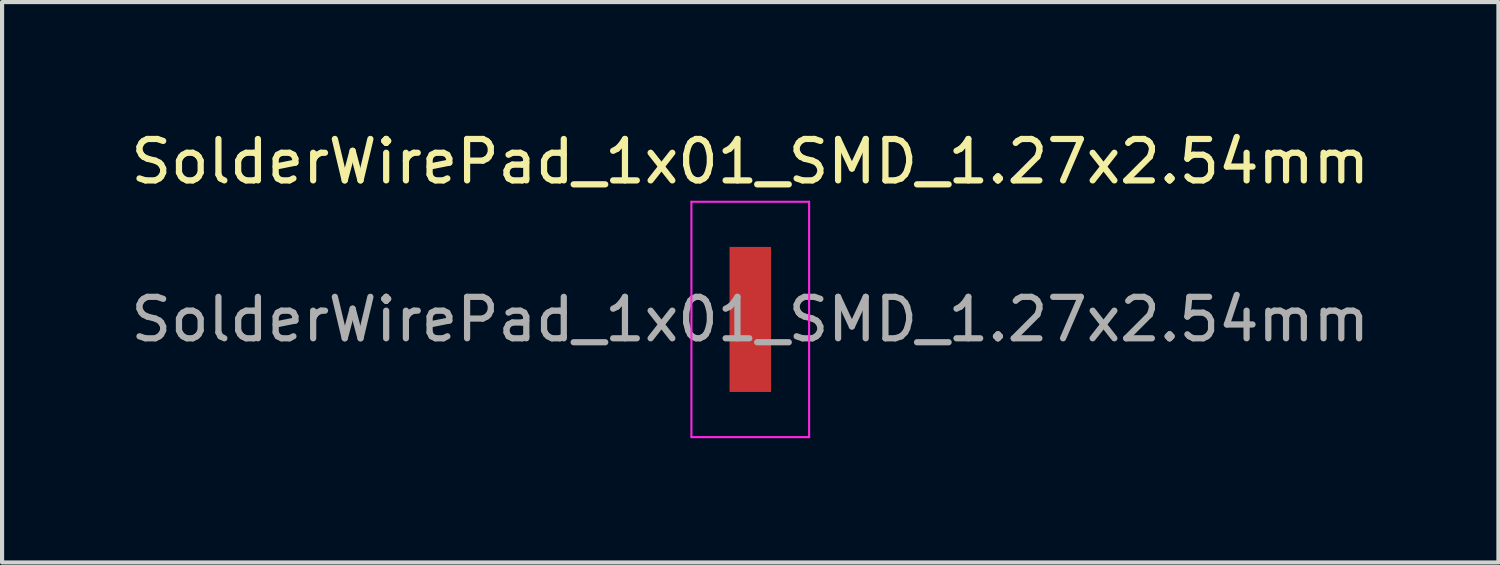
<source format=kicad_pcb>
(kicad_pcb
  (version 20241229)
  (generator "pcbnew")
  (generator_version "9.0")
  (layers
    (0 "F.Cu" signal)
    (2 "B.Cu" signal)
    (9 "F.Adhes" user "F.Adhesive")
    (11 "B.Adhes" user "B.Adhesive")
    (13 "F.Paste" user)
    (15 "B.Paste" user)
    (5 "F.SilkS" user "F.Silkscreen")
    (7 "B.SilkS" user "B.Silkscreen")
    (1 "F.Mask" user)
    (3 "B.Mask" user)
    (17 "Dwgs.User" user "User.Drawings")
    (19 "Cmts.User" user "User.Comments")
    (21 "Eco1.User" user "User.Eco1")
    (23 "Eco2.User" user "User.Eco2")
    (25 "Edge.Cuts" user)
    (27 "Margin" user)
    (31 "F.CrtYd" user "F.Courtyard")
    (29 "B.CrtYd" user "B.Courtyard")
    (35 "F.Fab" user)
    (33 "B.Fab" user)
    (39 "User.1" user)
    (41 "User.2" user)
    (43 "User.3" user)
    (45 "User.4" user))
  (footprint "SolderWirePad_1x01_SMD_1.27x2.54mm"
    (layer "F.Cu")
    (at 15.054 4.658)
    (property "Reference" "SolderWirePad_1x01_SMD_1.27x2.54mm" (at 0 -3.81 0) (layer "F.SilkS") (effects (font (size 1 1) (thickness 0.15))))
    (attr smd exclude_from_pos_files exclude_from_bom)
    (fp_line (start -1.42 -2.84) (end -1.42 2.84) (stroke (width 0.05) (type solid)) (layer "F.CrtYd"))
    (fp_line (start -1.42 2.84) (end 1.42 2.84) (stroke (width 0.05) (type solid)) (layer "F.CrtYd"))
    (fp_line (start 1.42 -2.84) (end -1.42 -2.84) (stroke (width 0.05) (type solid)) (layer "F.CrtYd"))
    (fp_line (start 1.42 2.84) (end 1.42 -2.84) (stroke (width 0.05) (type solid)) (layer "F.CrtYd"))
    (fp_text user "${REFERENCE}" (at 0 0 0) (layer "F.Fab") (effects (font (size 1 1) (thickness 0.15))))
    (pad "1" smd rect (at 0 0) (size 1 3.5) (layers "F.Cu" "F.Mask" "F.Paste")))
  (gr_rect
    (start -3 -3)
    (end 33.107 10.523)
    (stroke (width 0.1) (type default))
    (fill no)
    (layer "Edge.Cuts")))
</source>
